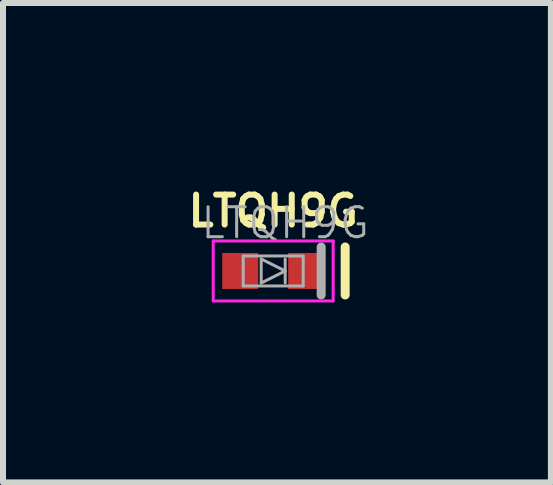
<source format=kicad_pcb>
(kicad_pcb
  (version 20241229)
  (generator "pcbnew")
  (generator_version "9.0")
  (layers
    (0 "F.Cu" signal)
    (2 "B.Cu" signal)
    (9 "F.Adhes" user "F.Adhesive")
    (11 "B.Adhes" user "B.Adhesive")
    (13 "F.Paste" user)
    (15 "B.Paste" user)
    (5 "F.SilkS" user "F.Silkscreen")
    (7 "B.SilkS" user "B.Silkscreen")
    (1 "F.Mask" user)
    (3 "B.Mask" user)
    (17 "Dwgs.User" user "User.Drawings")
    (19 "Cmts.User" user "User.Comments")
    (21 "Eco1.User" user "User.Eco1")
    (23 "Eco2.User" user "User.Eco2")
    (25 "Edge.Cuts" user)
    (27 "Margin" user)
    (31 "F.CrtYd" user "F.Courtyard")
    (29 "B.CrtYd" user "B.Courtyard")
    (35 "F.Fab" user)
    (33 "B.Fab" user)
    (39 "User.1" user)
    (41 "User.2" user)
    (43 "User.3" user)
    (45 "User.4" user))
  (footprint "LTQH9G"
    (layer "F.Cu")
    (at 1.505 1.468)
    (property "Reference" "LTQH9G" (at 0 -1 0) (layer "F.SilkS") (effects (font (size 0.5 0.5) (thickness 0.1))))
    (attr smd)
    (fp_line (start 1.2 0.4) (end 1.2 -0.4) (stroke (width 0.15) (type solid)) (layer "F.SilkS"))
    (fp_line (start -1 -0.5) (end 1 -0.5) (stroke (width 0.05) (type solid)) (layer "F.CrtYd"))
    (fp_line (start -1 0.5) (end -1 -0.5) (stroke (width 0.05) (type solid)) (layer "F.CrtYd"))
    (fp_line (start 1 -0.5) (end 1 0.5) (stroke (width 0.05) (type solid)) (layer "F.CrtYd"))
    (fp_line (start 1 0.5) (end -1 0.5) (stroke (width 0.05) (type solid)) (layer "F.CrtYd"))
    (fp_line (start -0.5 -0.25) (end -0.5 0.25) (stroke (width 0.05) (type solid)) (layer "F.Fab"))
    (fp_line (start -0.5 0.25) (end 0.5 0.25) (stroke (width 0.05) (type solid)) (layer "F.Fab"))
    (fp_line (start -0.2 -0.2) (end 0.2 0) (stroke (width 0.05) (type solid)) (layer "F.Fab"))
    (fp_line (start -0.2 0.2) (end -0.2 -0.2) (stroke (width 0.05) (type solid)) (layer "F.Fab"))
    (fp_line (start 0.2 -0.2) (end 0.2 0.2) (stroke (width 0.05) (type solid)) (layer "F.Fab"))
    (fp_line (start 0.2 0) (end -0.2 0.2) (stroke (width 0.05) (type solid)) (layer "F.Fab"))
    (fp_line (start 0.5 -0.25) (end -0.5 -0.25) (stroke (width 0.05) (type solid)) (layer "F.Fab"))
    (fp_line (start 0.5 0.25) (end 0.5 -0.25) (stroke (width 0.05) (type solid)) (layer "F.Fab"))
    (fp_line (start 0.8 -0.4) (end 0.8 0.4) (stroke (width 0.15) (type solid)) (layer "F.Fab"))
    (fp_text user "${REFERENCE}" (at 0.2 -0.8 0) (layer "F.Fab") (effects (font (size 0.5 0.5) (thickness 0.05))))
    (pad "A" smd rect (at -0.55 0 180) (size 0.6 0.6) (layers "F.Cu" "F.Mask" "F.Paste"))
    (pad "C" smd rect (at 0.55 0 180) (size 0.6 0.6) (layers "F.Cu" "F.Mask" "F.Paste")))
  (gr_rect
    (start -3 -3)
    (end 6.135 4.993)
    (stroke (width 0.1) (type default))
    (fill no)
    (layer "Edge.Cuts")))
</source>
